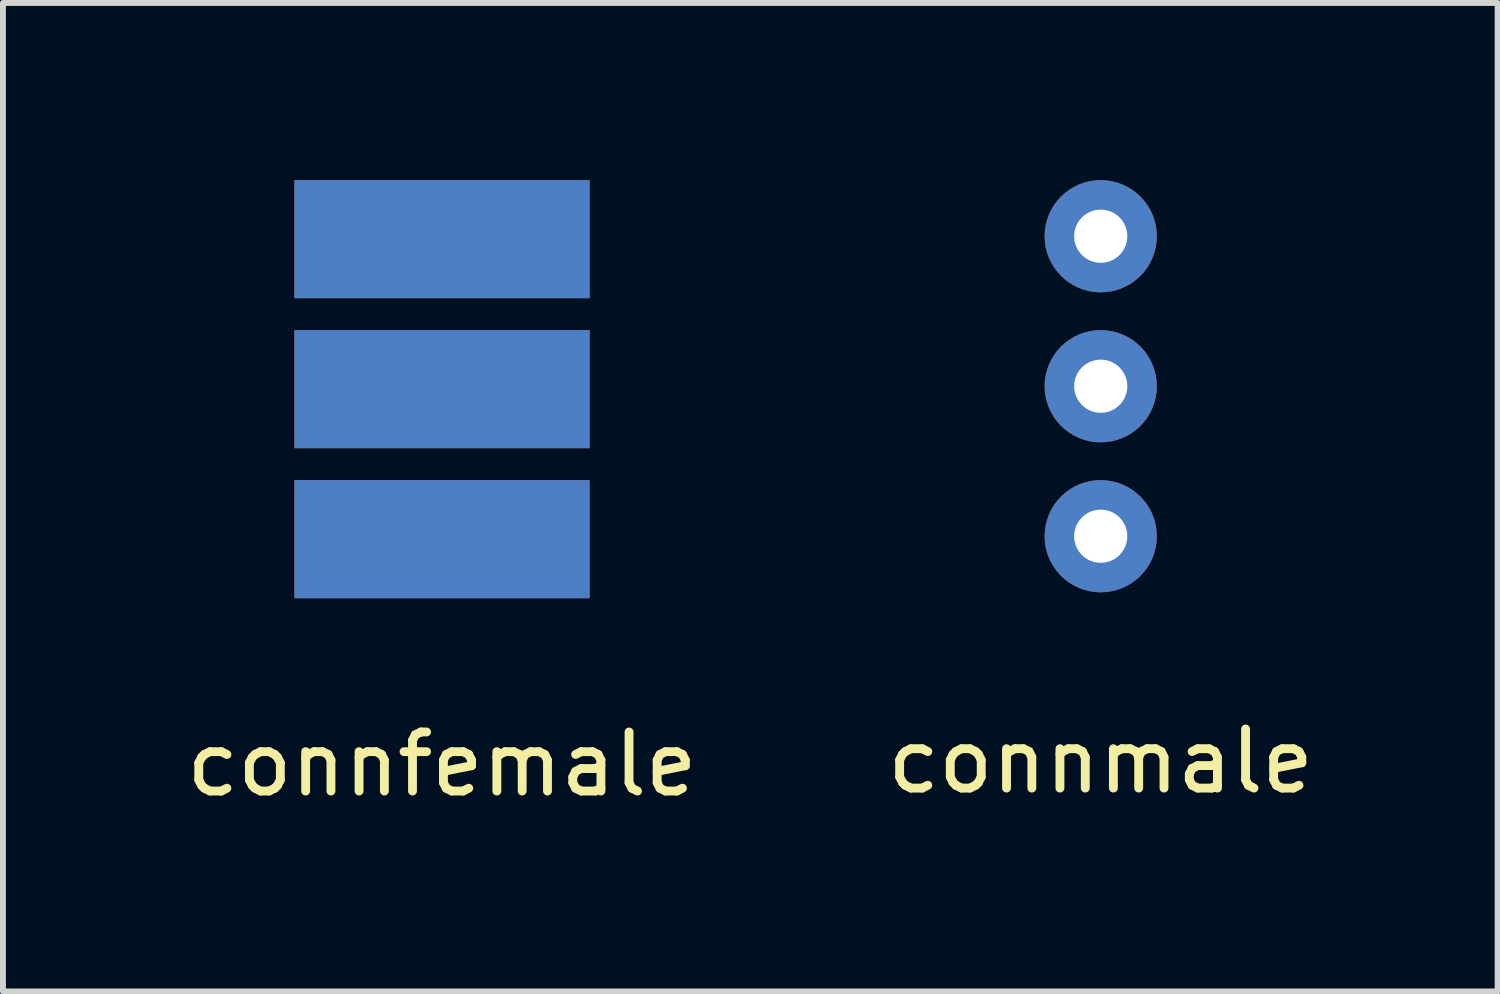
<source format=kicad_pcb>
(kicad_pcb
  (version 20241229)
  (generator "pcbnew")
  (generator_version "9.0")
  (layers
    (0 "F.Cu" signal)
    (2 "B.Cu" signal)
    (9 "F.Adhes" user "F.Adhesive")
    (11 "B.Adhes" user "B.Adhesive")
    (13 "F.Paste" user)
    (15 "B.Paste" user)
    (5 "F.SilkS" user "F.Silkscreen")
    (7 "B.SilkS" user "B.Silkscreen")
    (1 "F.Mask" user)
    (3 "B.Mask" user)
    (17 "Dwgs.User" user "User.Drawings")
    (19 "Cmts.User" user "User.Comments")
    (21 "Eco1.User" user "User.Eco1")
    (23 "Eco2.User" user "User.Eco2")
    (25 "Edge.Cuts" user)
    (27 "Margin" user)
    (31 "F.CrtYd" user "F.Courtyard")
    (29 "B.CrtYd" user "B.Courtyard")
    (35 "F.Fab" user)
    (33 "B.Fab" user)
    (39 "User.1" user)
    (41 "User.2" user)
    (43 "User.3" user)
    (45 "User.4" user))
  (footprint "connfemale"
    (layer "F.Cu")
    (at 4.435 3.54)
    (property "Reference" "connfemale" (at 0 6.35 0) (unlocked yes) (layer "F.SilkS") (effects (font (size 1 1) (thickness 0.15))))
    (attr through_hole)
    (pad "1" smd rect (at 0 -2.54) (size 5 2) (layers "F.Cu" "F.Mask" "F.Paste"))
    (pad "1" smd rect (at 0 -2.54) (size 5 2) (layers "B.Cu" "B.Mask" "B.Paste"))
    (pad "2" smd rect (at 0 0) (size 5 2) (layers "F.Cu" "F.Mask" "F.Paste"))
    (pad "2" smd rect (at 0 0) (size 5 2) (layers "B.Cu" "B.Mask" "B.Paste"))
    (pad "3" smd rect (at 0 2.54) (size 5 2) (layers "F.Cu" "F.Mask" "F.Paste"))
    (pad "3" smd rect (at 0 2.54) (size 5 2) (layers "B.Cu" "B.Mask" "B.Paste")))
  (footprint "connmale"
    (layer "F.Cu")
    (at 15.589 3.49)
    (property "Reference" "connmale" (at 0 6.35 0) (unlocked yes) (layer "F.SilkS") (effects (font (size 1 1) (thickness 0.15))))
    (attr through_hole)
    (pad "1" thru_hole circle (at 0 -2.54) (size 1.9 1.9) (drill 0.9) (layers "*.Cu" "*.Mask"))
    (pad "2" thru_hole circle (at 0 0) (size 1.9 1.9) (drill 0.9) (layers "*.Cu" "*.Mask"))
    (pad "3" thru_hole circle (at 0 2.54) (size 1.9 1.9) (drill 0.9) (layers "*.Cu" "*.Mask")))
  (gr_rect
    (start -3 -3)
    (end 22.31 13.738)
    (stroke (width 0.1) (type default))
    (fill no)
    (layer "Edge.Cuts")))
</source>
